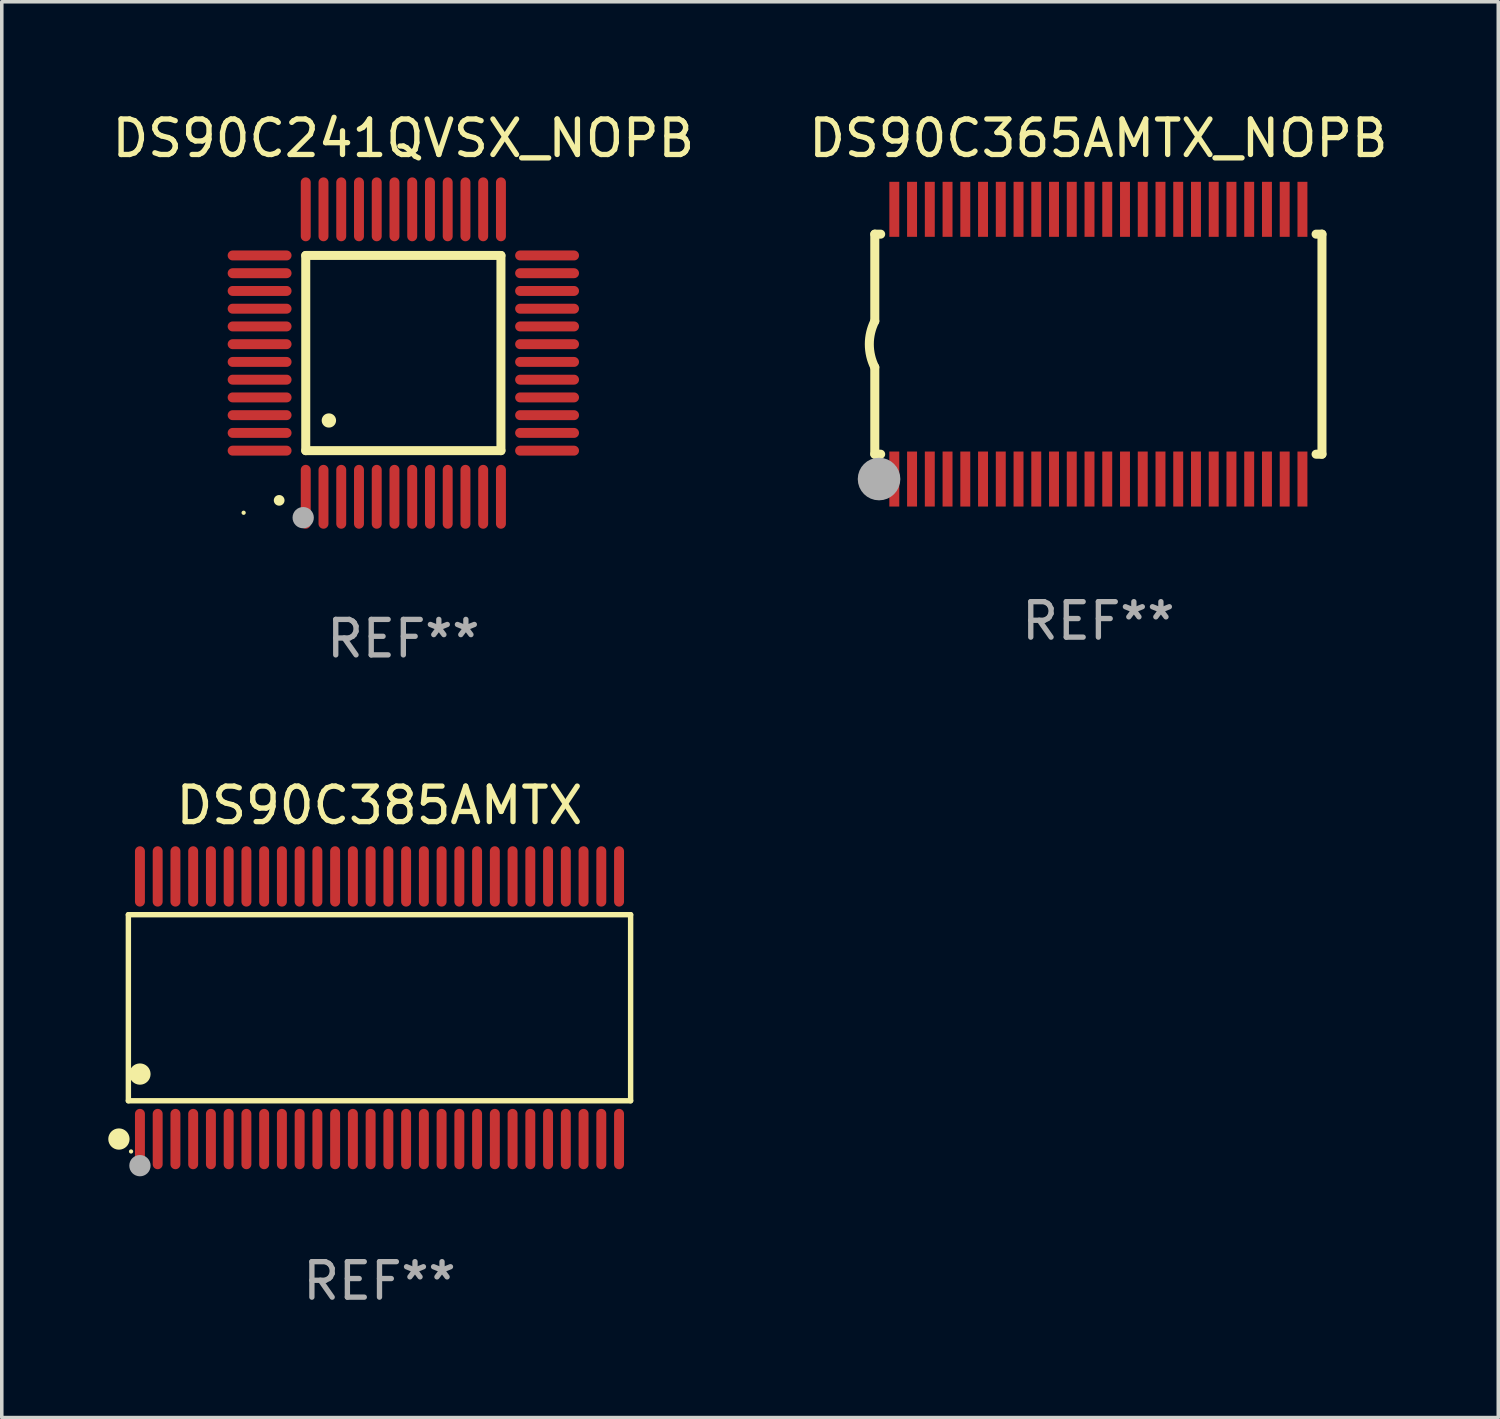
<source format=kicad_pcb>
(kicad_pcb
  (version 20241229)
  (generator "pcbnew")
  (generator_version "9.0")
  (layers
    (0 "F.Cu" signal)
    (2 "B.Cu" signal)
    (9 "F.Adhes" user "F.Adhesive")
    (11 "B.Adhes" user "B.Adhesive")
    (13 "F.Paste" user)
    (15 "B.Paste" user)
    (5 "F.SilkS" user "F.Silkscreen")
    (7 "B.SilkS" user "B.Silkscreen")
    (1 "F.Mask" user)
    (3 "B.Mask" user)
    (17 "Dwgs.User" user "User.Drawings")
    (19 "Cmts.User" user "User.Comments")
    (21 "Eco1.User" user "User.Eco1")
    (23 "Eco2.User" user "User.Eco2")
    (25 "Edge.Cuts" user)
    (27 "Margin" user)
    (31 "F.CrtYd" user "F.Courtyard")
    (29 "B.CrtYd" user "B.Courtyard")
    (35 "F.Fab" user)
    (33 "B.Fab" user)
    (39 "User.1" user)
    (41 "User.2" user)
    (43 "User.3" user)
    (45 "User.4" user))
  (footprint "DS90C241QVSX_NOPB"
    (layer "F.Cu")
    (at 8.315 6.898)
    (property "Reference" "DS90C241QVSX_NOPB" (at 0 -6.05 0) (layer "F.SilkS") (effects (font (size 1 1) (thickness 0.15))))
    (attr through_hole)
    (fp_line (start -2.75 -2.75) (end 2.75 -2.75) (stroke (width 0.254) (type solid)) (layer "F.SilkS"))
    (fp_line (start -2.75 2.75) (end -2.75 -2.75) (stroke (width 0.254) (type solid)) (layer "F.SilkS"))
    (fp_line (start 2.75 -2.75) (end 2.75 2.75) (stroke (width 0.254) (type solid)) (layer "F.SilkS"))
    (fp_line (start 2.75 2.75) (end -2.75 2.75) (stroke (width 0.254) (type solid)) (layer "F.SilkS"))
    (fp_arc (start -3.500127 4.150368) (mid -3.498857 4.150363) (end -3.497587 4.150368) (stroke (width 0.3) (type solid)) (layer "F.SilkS"))
    (fp_arc (start -2.100584 1.899924) (mid -2.098044 1.899908) (end -2.095504 1.899924) (stroke (width 0.4) (type solid)) (layer "F.SilkS"))
    (fp_circle (center -4.5 4.5) (end -4.47 4.5) (stroke (width 0.06) (type solid)) (fill no) (layer "F.SilkS"))
    (fp_circle (center -2.822 4.638) (end -2.672 4.638) (stroke (width 0.3) (type solid)) (fill no) (layer "F.Fab"))
    (fp_text user "REF**" (at 0 8.05 0) (layer "F.Fab") (effects (font (size 1 1) (thickness 0.15))))
    (pad "1" smd oval (at -2.75 4.05) (size 0.28 1.8) (layers "F.Cu" "F.Mask" "F.Paste"))
    (pad "2" smd oval (at -2.25 4.05) (size 0.28 1.8) (layers "F.Cu" "F.Mask" "F.Paste"))
    (pad "3" smd oval (at -1.75 4.05) (size 0.28 1.8) (layers "F.Cu" "F.Mask" "F.Paste"))
    (pad "4" smd oval (at -1.25 4.05) (size 0.28 1.8) (layers "F.Cu" "F.Mask" "F.Paste"))
    (pad "5" smd oval (at -0.75 4.05) (size 0.28 1.8) (layers "F.Cu" "F.Mask" "F.Paste"))
    (pad "6" smd oval (at -0.25 4.05) (size 0.28 1.8) (layers "F.Cu" "F.Mask" "F.Paste"))
    (pad "7" smd oval (at 0.25 4.05) (size 0.28 1.8) (layers "F.Cu" "F.Mask" "F.Paste"))
    (pad "8" smd oval (at 0.75 4.05) (size 0.28 1.8) (layers "F.Cu" "F.Mask" "F.Paste"))
    (pad "9" smd oval (at 1.25 4.05) (size 0.28 1.8) (layers "F.Cu" "F.Mask" "F.Paste"))
    (pad "10" smd oval (at 1.75 4.05) (size 0.28 1.8) (layers "F.Cu" "F.Mask" "F.Paste"))
    (pad "11" smd oval (at 2.25 4.05) (size 0.28 1.8) (layers "F.Cu" "F.Mask" "F.Paste"))
    (pad "12" smd oval (at 2.75 4.05) (size 0.28 1.8) (layers "F.Cu" "F.Mask" "F.Paste"))
    (pad "13" smd oval (at 4.05 2.75) (size 1.8 0.28) (layers "F.Cu" "F.Mask" "F.Paste"))
    (pad "14" smd oval (at 4.05 2.25) (size 1.8 0.28) (layers "F.Cu" "F.Mask" "F.Paste"))
    (pad "15" smd oval (at 4.05 1.75) (size 1.8 0.28) (layers "F.Cu" "F.Mask" "F.Paste"))
    (pad "16" smd oval (at 4.05 1.25) (size 1.8 0.28) (layers "F.Cu" "F.Mask" "F.Paste"))
    (pad "17" smd oval (at 4.05 0.75) (size 1.8 0.28) (layers "F.Cu" "F.Mask" "F.Paste"))
    (pad "18" smd oval (at 4.05 0.25) (size 1.8 0.28) (layers "F.Cu" "F.Mask" "F.Paste"))
    (pad "19" smd oval (at 4.05 -0.25) (size 1.8 0.28) (layers "F.Cu" "F.Mask" "F.Paste"))
    (pad "20" smd oval (at 4.05 -0.75) (size 1.8 0.28) (layers "F.Cu" "F.Mask" "F.Paste"))
    (pad "21" smd oval (at 4.05 -1.25) (size 1.8 0.28) (layers "F.Cu" "F.Mask" "F.Paste"))
    (pad "22" smd oval (at 4.05 -1.75) (size 1.8 0.28) (layers "F.Cu" "F.Mask" "F.Paste"))
    (pad "23" smd oval (at 4.05 -2.25) (size 1.8 0.28) (layers "F.Cu" "F.Mask" "F.Paste"))
    (pad "24" smd oval (at 4.05 -2.75) (size 1.8 0.28) (layers "F.Cu" "F.Mask" "F.Paste"))
    (pad "25" smd oval (at 2.75 -4.05) (size 0.28 1.8) (layers "F.Cu" "F.Mask" "F.Paste"))
    (pad "26" smd oval (at 2.25 -4.05) (size 0.28 1.8) (layers "F.Cu" "F.Mask" "F.Paste"))
    (pad "27" smd oval (at 1.75 -4.05) (size 0.28 1.8) (layers "F.Cu" "F.Mask" "F.Paste"))
    (pad "28" smd oval (at 1.25 -4.05) (size 0.28 1.8) (layers "F.Cu" "F.Mask" "F.Paste"))
    (pad "29" smd oval (at 0.75 -4.05) (size 0.28 1.8) (layers "F.Cu" "F.Mask" "F.Paste"))
    (pad "30" smd oval (at 0.25 -4.05) (size 0.28 1.8) (layers "F.Cu" "F.Mask" "F.Paste"))
    (pad "31" smd oval (at -0.25 -4.05) (size 0.28 1.8) (layers "F.Cu" "F.Mask" "F.Paste"))
    (pad "32" smd oval (at -0.75 -4.05) (size 0.28 1.8) (layers "F.Cu" "F.Mask" "F.Paste"))
    (pad "33" smd oval (at -1.25 -4.05) (size 0.28 1.8) (layers "F.Cu" "F.Mask" "F.Paste"))
    (pad "34" smd oval (at -1.75 -4.05) (size 0.28 1.8) (layers "F.Cu" "F.Mask" "F.Paste"))
    (pad "35" smd oval (at -2.25 -4.05) (size 0.28 1.8) (layers "F.Cu" "F.Mask" "F.Paste"))
    (pad "36" smd oval (at -2.75 -4.05) (size 0.28 1.8) (layers "F.Cu" "F.Mask" "F.Paste"))
    (pad "37" smd oval (at -4.05 -2.75) (size 1.8 0.28) (layers "F.Cu" "F.Mask" "F.Paste"))
    (pad "38" smd oval (at -4.05 -2.25) (size 1.8 0.28) (layers "F.Cu" "F.Mask" "F.Paste"))
    (pad "39" smd oval (at -4.05 -1.75) (size 1.8 0.28) (layers "F.Cu" "F.Mask" "F.Paste"))
    (pad "40" smd oval (at -4.05 -1.25) (size 1.8 0.28) (layers "F.Cu" "F.Mask" "F.Paste"))
    (pad "41" smd oval (at -4.05 -0.75) (size 1.8 0.28) (layers "F.Cu" "F.Mask" "F.Paste"))
    (pad "42" smd oval (at -4.05 -0.25) (size 1.8 0.28) (layers "F.Cu" "F.Mask" "F.Paste"))
    (pad "43" smd oval (at -4.05 0.25) (size 1.8 0.28) (layers "F.Cu" "F.Mask" "F.Paste"))
    (pad "44" smd oval (at -4.05 0.75) (size 1.8 0.28) (layers "F.Cu" "F.Mask" "F.Paste"))
    (pad "45" smd oval (at -4.05 1.25) (size 1.8 0.28) (layers "F.Cu" "F.Mask" "F.Paste"))
    (pad "46" smd oval (at -4.05 1.75) (size 1.8 0.28) (layers "F.Cu" "F.Mask" "F.Paste"))
    (pad "47" smd oval (at -4.05 2.25) (size 1.8 0.28) (layers "F.Cu" "F.Mask" "F.Paste"))
    (pad "48" smd oval (at -4.05 2.75) (size 1.8 0.28) (layers "F.Cu" "F.Mask" "F.Paste")))
  (footprint "DS90C385AMTX"
    (layer "F.Cu")
    (at 7.643 25.345)
    (property "Reference" "DS90C385AMTX" (at 0 -5.7 0) (layer "F.SilkS") (effects (font (size 1 1) (thickness 0.15))))
    (attr through_hole)
    (fp_line (start -7.076 -2.621) (end 7.076 -2.621) (stroke (width 0.152) (type solid)) (layer "F.SilkS"))
    (fp_line (start -7.076 2.621) (end -7.076 -2.621) (stroke (width 0.152) (type solid)) (layer "F.SilkS"))
    (fp_line (start 7.076 -2.621) (end 7.076 2.621) (stroke (width 0.152) (type solid)) (layer "F.SilkS"))
    (fp_line (start 7.076 2.621) (end -7.076 2.621) (stroke (width 0.152) (type solid)) (layer "F.SilkS"))
    (fp_circle (center -7.342 3.7) (end -7.192 3.7) (stroke (width 0.3) (type solid)) (fill no) (layer "F.SilkS"))
    (fp_circle (center -7 4.05) (end -6.97 4.05) (stroke (width 0.06) (type solid)) (fill no) (layer "F.SilkS"))
    (fp_circle (center -6.75 1.869) (end -6.6 1.869) (stroke (width 0.3) (type solid)) (fill no) (layer "F.SilkS"))
    (fp_circle (center -6.75 4.45) (end -6.6 4.45) (stroke (width 0.3) (type solid)) (fill no) (layer "F.Fab"))
    (fp_text user "REF**" (at 0 7.7 0) (layer "F.Fab") (effects (font (size 1 1) (thickness 0.15))))
    (pad "1" smd oval (at -6.75 3.7) (size 0.28 1.7) (layers "F.Cu" "F.Mask" "F.Paste"))
    (pad "2" smd oval (at -6.25 3.7) (size 0.28 1.7) (layers "F.Cu" "F.Mask" "F.Paste"))
    (pad "3" smd oval (at -5.75 3.7) (size 0.28 1.7) (layers "F.Cu" "F.Mask" "F.Paste"))
    (pad "4" smd oval (at -5.25 3.7) (size 0.28 1.7) (layers "F.Cu" "F.Mask" "F.Paste"))
    (pad "5" smd oval (at -4.75 3.7) (size 0.28 1.7) (layers "F.Cu" "F.Mask" "F.Paste"))
    (pad "6" smd oval (at -4.25 3.7) (size 0.28 1.7) (layers "F.Cu" "F.Mask" "F.Paste"))
    (pad "7" smd oval (at -3.75 3.7) (size 0.28 1.7) (layers "F.Cu" "F.Mask" "F.Paste"))
    (pad "8" smd oval (at -3.25 3.7) (size 0.28 1.7) (layers "F.Cu" "F.Mask" "F.Paste"))
    (pad "9" smd oval (at -2.75 3.7) (size 0.28 1.7) (layers "F.Cu" "F.Mask" "F.Paste"))
    (pad "10" smd oval (at -2.25 3.7) (size 0.28 1.7) (layers "F.Cu" "F.Mask" "F.Paste"))
    (pad "11" smd oval (at -1.75 3.7) (size 0.28 1.7) (layers "F.Cu" "F.Mask" "F.Paste"))
    (pad "12" smd oval (at -1.25 3.7) (size 0.28 1.7) (layers "F.Cu" "F.Mask" "F.Paste"))
    (pad "13" smd oval (at -0.75 3.7) (size 0.28 1.7) (layers "F.Cu" "F.Mask" "F.Paste"))
    (pad "14" smd oval (at -0.25 3.7) (size 0.28 1.7) (layers "F.Cu" "F.Mask" "F.Paste"))
    (pad "15" smd oval (at 0.25 3.7) (size 0.28 1.7) (layers "F.Cu" "F.Mask" "F.Paste"))
    (pad "16" smd oval (at 0.75 3.7) (size 0.28 1.7) (layers "F.Cu" "F.Mask" "F.Paste"))
    (pad "17" smd oval (at 1.25 3.7) (size 0.28 1.7) (layers "F.Cu" "F.Mask" "F.Paste"))
    (pad "18" smd oval (at 1.75 3.7) (size 0.28 1.7) (layers "F.Cu" "F.Mask" "F.Paste"))
    (pad "19" smd oval (at 2.25 3.7) (size 0.28 1.7) (layers "F.Cu" "F.Mask" "F.Paste"))
    (pad "20" smd oval (at 2.75 3.7) (size 0.28 1.7) (layers "F.Cu" "F.Mask" "F.Paste"))
    (pad "21" smd oval (at 3.25 3.7) (size 0.28 1.7) (layers "F.Cu" "F.Mask" "F.Paste"))
    (pad "22" smd oval (at 3.75 3.7) (size 0.28 1.7) (layers "F.Cu" "F.Mask" "F.Paste"))
    (pad "23" smd oval (at 4.25 3.7) (size 0.28 1.7) (layers "F.Cu" "F.Mask" "F.Paste"))
    (pad "24" smd oval (at 4.75 3.7) (size 0.28 1.7) (layers "F.Cu" "F.Mask" "F.Paste"))
    (pad "25" smd oval (at 5.25 3.7) (size 0.28 1.7) (layers "F.Cu" "F.Mask" "F.Paste"))
    (pad "26" smd oval (at 5.75 3.7) (size 0.28 1.7) (layers "F.Cu" "F.Mask" "F.Paste"))
    (pad "27" smd oval (at 6.25 3.7) (size 0.28 1.7) (layers "F.Cu" "F.Mask" "F.Paste"))
    (pad "28" smd oval (at 6.75 3.7) (size 0.28 1.7) (layers "F.Cu" "F.Mask" "F.Paste"))
    (pad "29" smd oval (at 6.75 -3.7) (size 0.28 1.7) (layers "F.Cu" "F.Mask" "F.Paste"))
    (pad "30" smd oval (at 6.25 -3.7) (size 0.28 1.7) (layers "F.Cu" "F.Mask" "F.Paste"))
    (pad "31" smd oval (at 5.75 -3.7) (size 0.28 1.7) (layers "F.Cu" "F.Mask" "F.Paste"))
    (pad "32" smd oval (at 5.25 -3.7) (size 0.28 1.7) (layers "F.Cu" "F.Mask" "F.Paste"))
    (pad "33" smd oval (at 4.75 -3.7) (size 0.28 1.7) (layers "F.Cu" "F.Mask" "F.Paste"))
    (pad "34" smd oval (at 4.25 -3.7) (size 0.28 1.7) (layers "F.Cu" "F.Mask" "F.Paste"))
    (pad "35" smd oval (at 3.75 -3.7) (size 0.28 1.7) (layers "F.Cu" "F.Mask" "F.Paste"))
    (pad "36" smd oval (at 3.25 -3.7) (size 0.28 1.7) (layers "F.Cu" "F.Mask" "F.Paste"))
    (pad "37" smd oval (at 2.75 -3.7) (size 0.28 1.7) (layers "F.Cu" "F.Mask" "F.Paste"))
    (pad "38" smd oval (at 2.25 -3.7) (size 0.28 1.7) (layers "F.Cu" "F.Mask" "F.Paste"))
    (pad "39" smd oval (at 1.75 -3.7) (size 0.28 1.7) (layers "F.Cu" "F.Mask" "F.Paste"))
    (pad "40" smd oval (at 1.25 -3.7) (size 0.28 1.7) (layers "F.Cu" "F.Mask" "F.Paste"))
    (pad "41" smd oval (at 0.75 -3.7) (size 0.28 1.7) (layers "F.Cu" "F.Mask" "F.Paste"))
    (pad "42" smd oval (at 0.25 -3.7) (size 0.28 1.7) (layers "F.Cu" "F.Mask" "F.Paste"))
    (pad "43" smd oval (at -0.25 -3.7) (size 0.28 1.7) (layers "F.Cu" "F.Mask" "F.Paste"))
    (pad "44" smd oval (at -0.75 -3.7) (size 0.28 1.7) (layers "F.Cu" "F.Mask" "F.Paste"))
    (pad "45" smd oval (at -1.25 -3.7) (size 0.28 1.7) (layers "F.Cu" "F.Mask" "F.Paste"))
    (pad "46" smd oval (at -1.75 -3.7) (size 0.28 1.7) (layers "F.Cu" "F.Mask" "F.Paste"))
    (pad "47" smd oval (at -2.25 -3.7) (size 0.28 1.7) (layers "F.Cu" "F.Mask" "F.Paste"))
    (pad "48" smd oval (at -2.75 -3.7) (size 0.28 1.7) (layers "F.Cu" "F.Mask" "F.Paste"))
    (pad "49" smd oval (at -3.25 -3.7) (size 0.28 1.7) (layers "F.Cu" "F.Mask" "F.Paste"))
    (pad "50" smd oval (at -3.75 -3.7) (size 0.28 1.7) (layers "F.Cu" "F.Mask" "F.Paste"))
    (pad "51" smd oval (at -4.25 -3.7) (size 0.28 1.7) (layers "F.Cu" "F.Mask" "F.Paste"))
    (pad "52" smd oval (at -4.75 -3.7) (size 0.28 1.7) (layers "F.Cu" "F.Mask" "F.Paste"))
    (pad "53" smd oval (at -5.25 -3.7) (size 0.28 1.7) (layers "F.Cu" "F.Mask" "F.Paste"))
    (pad "54" smd oval (at -5.75 -3.7) (size 0.28 1.7) (layers "F.Cu" "F.Mask" "F.Paste"))
    (pad "55" smd oval (at -6.25 -3.7) (size 0.28 1.7) (layers "F.Cu" "F.Mask" "F.Paste"))
    (pad "56" smd oval (at -6.75 -3.7) (size 0.28 1.7) (layers "F.Cu" "F.Mask" "F.Paste")))
  (footprint "DS90C365AMTX_NOPB"
    (layer "F.Cu")
    (at 27.899 6.648)
    (property "Reference" "DS90C365AMTX_NOPB" (at 0 -5.8 0) (layer "F.SilkS") (effects (font (size 1 1) (thickness 0.15))))
    (attr through_hole)
    (fp_line (start -6.3 -3.1) (end -6.3 -0.65) (stroke (width 0.254) (type solid)) (layer "F.SilkS"))
    (fp_line (start -6.3 -3.1) (end -6.134 -3.1) (stroke (width 0.254) (type solid)) (layer "F.SilkS"))
    (fp_line (start -6.3 3.1) (end -6.3 0.65) (stroke (width 0.254) (type solid)) (layer "F.SilkS"))
    (fp_line (start -6.3 3.1) (end -6.134 3.1) (stroke (width 0.254) (type solid)) (layer "F.SilkS"))
    (fp_line (start 6.134 -3.1) (end 6.3 -3.1) (stroke (width 0.254) (type solid)) (layer "F.SilkS"))
    (fp_line (start 6.134 3.1) (end 6.3 3.1) (stroke (width 0.254) (type solid)) (layer "F.SilkS"))
    (fp_line (start 6.3 -3.1) (end 6.3 3.1) (stroke (width 0.254) (type solid)) (layer "F.SilkS"))
    (fp_arc (start -6.301016 0.650114) (mid -6.45413 -0.000082) (end -6.3 -0.650038) (stroke (width 0.254001) (type solid)) (layer "F.SilkS"))
    (fp_circle (center -6.35 3.81) (end -6.223 3.81) (stroke (width 0.254) (type solid)) (fill no) (layer "F.SilkS"))
    (fp_circle (center -6.25 4.05) (end -6.22 4.05) (stroke (width 0.06) (type solid)) (fill no) (layer "F.SilkS"))
    (fp_circle (center -6.18 3.8) (end -5.88 3.8) (stroke (width 0.6) (type solid)) (fill no) (layer "F.Fab"))
    (fp_text user "REF**" (at 0 7.8 0) (layer "F.Fab") (effects (font (size 1 1) (thickness 0.15))))
    (pad "1" smd rect (at -5.75 3.8) (size 0.28 1.55) (layers "F.Cu" "F.Mask" "F.Paste"))
    (pad "2" smd rect (at -5.25 3.8) (size 0.28 1.55) (layers "F.Cu" "F.Mask" "F.Paste"))
    (pad "3" smd rect (at -4.75 3.8) (size 0.28 1.55) (layers "F.Cu" "F.Mask" "F.Paste"))
    (pad "4" smd rect (at -4.25 3.8) (size 0.28 1.55) (layers "F.Cu" "F.Mask" "F.Paste"))
    (pad "5" smd rect (at -3.75 3.8) (size 0.28 1.55) (layers "F.Cu" "F.Mask" "F.Paste"))
    (pad "6" smd rect (at -3.25 3.8) (size 0.28 1.55) (layers "F.Cu" "F.Mask" "F.Paste"))
    (pad "7" smd rect (at -2.75 3.8) (size 0.28 1.55) (layers "F.Cu" "F.Mask" "F.Paste"))
    (pad "8" smd rect (at -2.25 3.8) (size 0.28 1.55) (layers "F.Cu" "F.Mask" "F.Paste"))
    (pad "9" smd rect (at -1.75 3.8) (size 0.28 1.55) (layers "F.Cu" "F.Mask" "F.Paste"))
    (pad "10" smd rect (at -1.25 3.8) (size 0.28 1.55) (layers "F.Cu" "F.Mask" "F.Paste"))
    (pad "11" smd rect (at -0.75 3.8) (size 0.28 1.55) (layers "F.Cu" "F.Mask" "F.Paste"))
    (pad "12" smd rect (at -0.25 3.8) (size 0.28 1.55) (layers "F.Cu" "F.Mask" "F.Paste"))
    (pad "13" smd rect (at 0.25 3.8) (size 0.28 1.55) (layers "F.Cu" "F.Mask" "F.Paste"))
    (pad "14" smd rect (at 0.75 3.8) (size 0.28 1.55) (layers "F.Cu" "F.Mask" "F.Paste"))
    (pad "15" smd rect (at 1.25 3.8) (size 0.28 1.55) (layers "F.Cu" "F.Mask" "F.Paste"))
    (pad "16" smd rect (at 1.75 3.8) (size 0.28 1.55) (layers "F.Cu" "F.Mask" "F.Paste"))
    (pad "17" smd rect (at 2.25 3.8) (size 0.28 1.55) (layers "F.Cu" "F.Mask" "F.Paste"))
    (pad "18" smd rect (at 2.75 3.8) (size 0.28 1.55) (layers "F.Cu" "F.Mask" "F.Paste"))
    (pad "19" smd rect (at 3.25 3.8) (size 0.28 1.55) (layers "F.Cu" "F.Mask" "F.Paste"))
    (pad "20" smd rect (at 3.75 3.8) (size 0.28 1.55) (layers "F.Cu" "F.Mask" "F.Paste"))
    (pad "21" smd rect (at 4.25 3.8) (size 0.28 1.55) (layers "F.Cu" "F.Mask" "F.Paste"))
    (pad "22" smd rect (at 4.75 3.8) (size 0.28 1.55) (layers "F.Cu" "F.Mask" "F.Paste"))
    (pad "23" smd rect (at 5.25 3.8) (size 0.28 1.55) (layers "F.Cu" "F.Mask" "F.Paste"))
    (pad "24" smd rect (at 5.75 3.8) (size 0.28 1.55) (layers "F.Cu" "F.Mask" "F.Paste"))
    (pad "25" smd rect (at 5.75 -3.8) (size 0.28 1.55) (layers "F.Cu" "F.Mask" "F.Paste"))
    (pad "26" smd rect (at 5.25 -3.8) (size 0.28 1.55) (layers "F.Cu" "F.Mask" "F.Paste"))
    (pad "27" smd rect (at 4.75 -3.8) (size 0.28 1.55) (layers "F.Cu" "F.Mask" "F.Paste"))
    (pad "28" smd rect (at 4.25 -3.8) (size 0.28 1.55) (layers "F.Cu" "F.Mask" "F.Paste"))
    (pad "29" smd rect (at 3.75 -3.8) (size 0.28 1.55) (layers "F.Cu" "F.Mask" "F.Paste"))
    (pad "30" smd rect (at 3.25 -3.8) (size 0.28 1.55) (layers "F.Cu" "F.Mask" "F.Paste"))
    (pad "31" smd rect (at 2.75 -3.8) (size 0.28 1.55) (layers "F.Cu" "F.Mask" "F.Paste"))
    (pad "32" smd rect (at 2.25 -3.8) (size 0.28 1.55) (layers "F.Cu" "F.Mask" "F.Paste"))
    (pad "33" smd rect (at 1.75 -3.8) (size 0.28 1.55) (layers "F.Cu" "F.Mask" "F.Paste"))
    (pad "34" smd rect (at 1.25 -3.8) (size 0.28 1.55) (layers "F.Cu" "F.Mask" "F.Paste"))
    (pad "35" smd rect (at 0.75 -3.8) (size 0.28 1.55) (layers "F.Cu" "F.Mask" "F.Paste"))
    (pad "36" smd rect (at 0.25 -3.8) (size 0.28 1.55) (layers "F.Cu" "F.Mask" "F.Paste"))
    (pad "37" smd rect (at -0.25 -3.8) (size 0.28 1.55) (layers "F.Cu" "F.Mask" "F.Paste"))
    (pad "38" smd rect (at -0.75 -3.8) (size 0.28 1.55) (layers "F.Cu" "F.Mask" "F.Paste"))
    (pad "39" smd rect (at -1.25 -3.8) (size 0.28 1.55) (layers "F.Cu" "F.Mask" "F.Paste"))
    (pad "40" smd rect (at -1.75 -3.8) (size 0.28 1.55) (layers "F.Cu" "F.Mask" "F.Paste"))
    (pad "41" smd rect (at -2.25 -3.8) (size 0.28 1.55) (layers "F.Cu" "F.Mask" "F.Paste"))
    (pad "42" smd rect (at -2.75 -3.8) (size 0.28 1.55) (layers "F.Cu" "F.Mask" "F.Paste"))
    (pad "43" smd rect (at -3.25 -3.8) (size 0.28 1.55) (layers "F.Cu" "F.Mask" "F.Paste"))
    (pad "44" smd rect (at -3.75 -3.8) (size 0.28 1.55) (layers "F.Cu" "F.Mask" "F.Paste"))
    (pad "45" smd rect (at -4.25 -3.8) (size 0.28 1.55) (layers "F.Cu" "F.Mask" "F.Paste"))
    (pad "46" smd rect (at -4.75 -3.8) (size 0.28 1.55) (layers "F.Cu" "F.Mask" "F.Paste"))
    (pad "47" smd rect (at -5.25 -3.8) (size 0.28 1.55) (layers "F.Cu" "F.Mask" "F.Paste"))
    (pad "48" smd rect (at -5.75 -3.8) (size 0.28 1.55) (layers "F.Cu" "F.Mask" "F.Paste")))
  (gr_rect
    (start -3 -3)
    (end 39.167 36.893)
    (stroke (width 0.1) (type default))
    (fill no)
    (layer "Edge.Cuts")))
</source>
